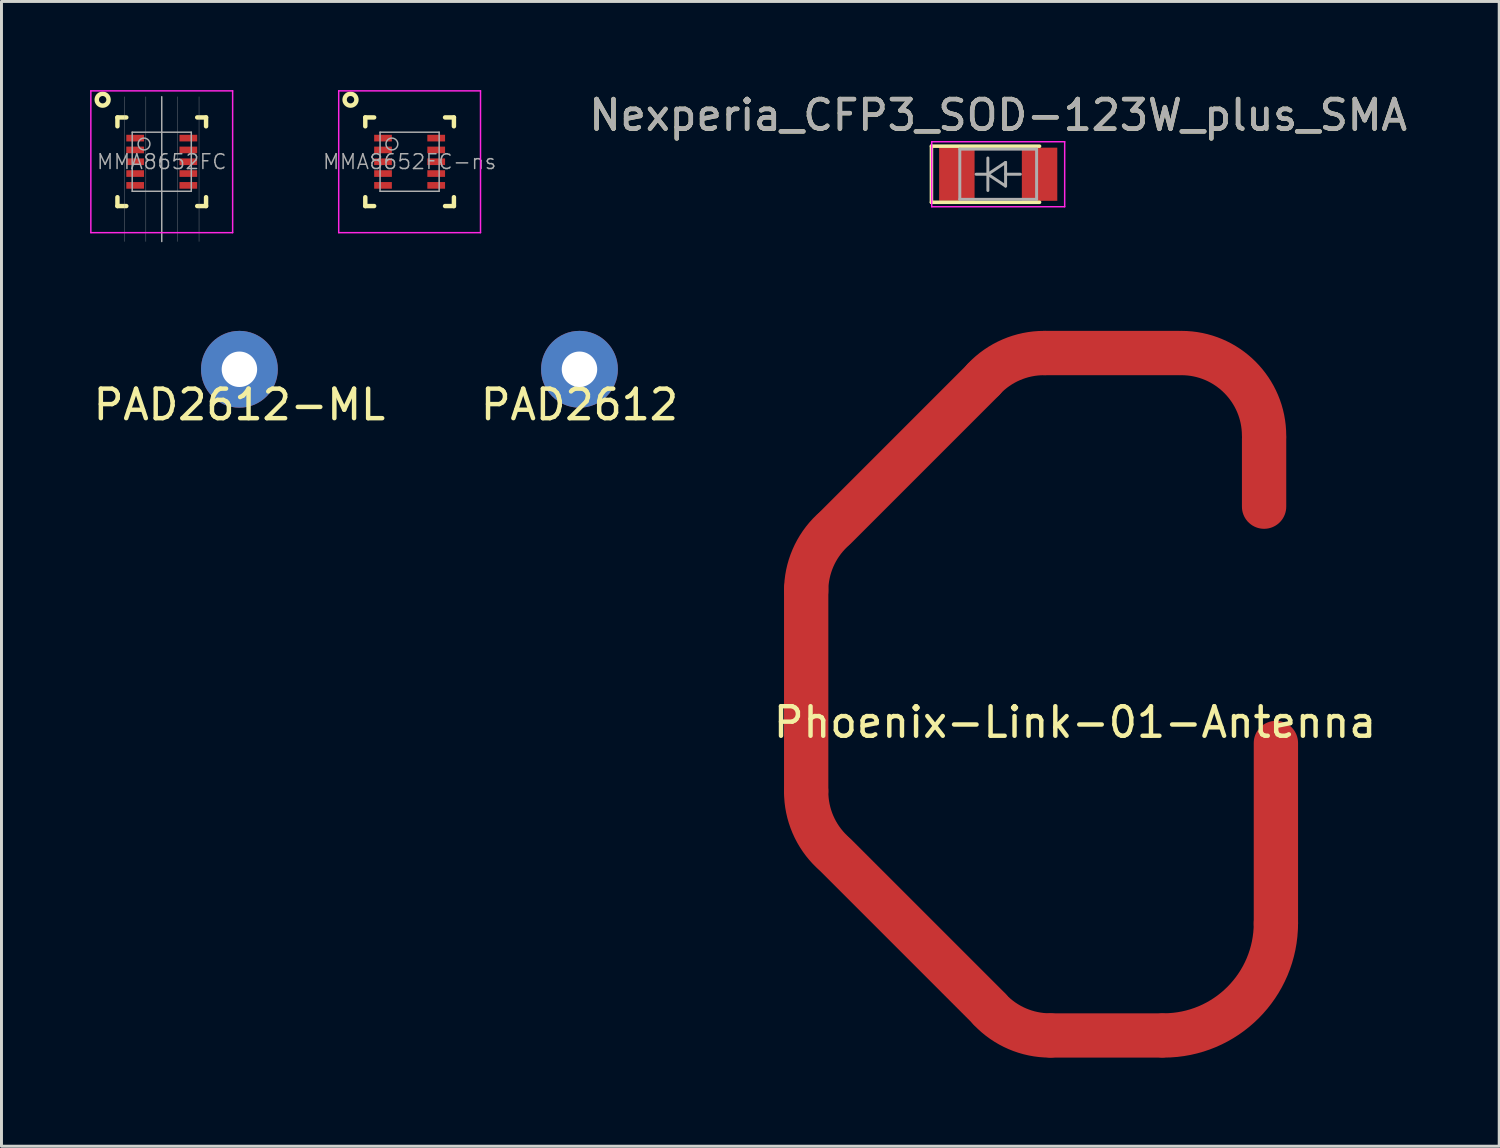
<source format=kicad_pcb>
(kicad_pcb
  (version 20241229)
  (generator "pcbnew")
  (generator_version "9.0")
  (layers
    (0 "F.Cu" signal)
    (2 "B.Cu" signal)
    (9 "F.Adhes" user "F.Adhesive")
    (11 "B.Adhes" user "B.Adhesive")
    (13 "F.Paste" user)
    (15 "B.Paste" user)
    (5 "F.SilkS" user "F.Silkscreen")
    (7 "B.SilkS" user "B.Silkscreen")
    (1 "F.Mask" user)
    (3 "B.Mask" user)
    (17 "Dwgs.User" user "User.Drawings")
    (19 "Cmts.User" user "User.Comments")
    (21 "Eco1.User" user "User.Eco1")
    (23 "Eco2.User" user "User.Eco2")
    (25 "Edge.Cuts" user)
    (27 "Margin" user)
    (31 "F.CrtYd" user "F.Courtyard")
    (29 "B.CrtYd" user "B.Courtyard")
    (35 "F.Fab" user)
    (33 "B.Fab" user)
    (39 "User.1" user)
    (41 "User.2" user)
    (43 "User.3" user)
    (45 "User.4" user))
  (footprint "PAD2612-ML"
    (layer "F.Cu")
    (at 5.054 9.45)
    (property "Reference" "PAD2612-ML" (at 0 1.2 0) (layer "F.SilkS") (effects (font (size 1 1) (thickness 0.15))))
    (pad "1" smd circle (at 0 0) (size 1.4 1.4) (layers "F.Cu" "F.Mask"))
    (pad "1" thru_hole circle (at 0 0) (size 2.6 2.6) (drill 1.2) (layers "*.Cu" "B.Mask")))
  (footprint "MMA8652FC-ns"
    (layer "F.Cu")
    (at 10.815 2.425)
    (property "Reference" "MMA8652FC-ns" (at 0 0 180) (layer "F.Fab") (effects (font (size 0.5 0.5) (thickness 0.05))))
    (attr smd)
    (fp_line (start -1.5 -1.5) (end -1.5 -1.2) (stroke (width 0.15) (type solid)) (layer "F.SilkS"))
    (fp_line (start -1.5 -1.5) (end -1.2 -1.5) (stroke (width 0.15) (type solid)) (layer "F.SilkS"))
    (fp_line (start -1.5 1.5) (end -1.5 1.2) (stroke (width 0.15) (type solid)) (layer "F.SilkS"))
    (fp_line (start -1.2 1.5) (end -1.5 1.5) (stroke (width 0.15) (type solid)) (layer "F.SilkS"))
    (fp_line (start 1.2 -1.5) (end 1.5 -1.5) (stroke (width 0.15) (type solid)) (layer "F.SilkS"))
    (fp_line (start 1.5 -1.5) (end 1.5 -1.2) (stroke (width 0.15) (type solid)) (layer "F.SilkS"))
    (fp_line (start 1.5 1.2) (end 1.5 1.5) (stroke (width 0.15) (type solid)) (layer "F.SilkS"))
    (fp_line (start 1.5 1.5) (end 1.2 1.5) (stroke (width 0.15) (type solid)) (layer "F.SilkS"))
    (fp_circle (center -2 -2.1) (end -2 -1.9) (stroke (width 0.15) (type solid)) (fill no) (layer "F.SilkS"))
    (fp_line (start -2.4 -2.4) (end 2.4 -2.4) (stroke (width 0.05) (type solid)) (layer "F.CrtYd"))
    (fp_line (start -2.4 2.4) (end -2.4 -2.4) (stroke (width 0.05) (type solid)) (layer "F.CrtYd"))
    (fp_line (start 2.4 -2.4) (end 2.4 2.4) (stroke (width 0.05) (type solid)) (layer "F.CrtYd"))
    (fp_line (start 2.4 2.4) (end -2.4 2.4) (stroke (width 0.05) (type solid)) (layer "F.CrtYd"))
    (fp_line (start -1 -1) (end -1 1) (stroke (width 0.05) (type solid)) (layer "F.Fab"))
    (fp_line (start -1 -1) (end 1 -1) (stroke (width 0.05) (type solid)) (layer "F.Fab"))
    (fp_line (start -1 1) (end 1 1) (stroke (width 0.05) (type solid)) (layer "F.Fab"))
    (fp_line (start 1 -1) (end 1 1) (stroke (width 0.05) (type solid)) (layer "F.Fab"))
    (fp_circle (center -0.6 -0.6) (end -0.6 -0.4) (stroke (width 0.05) (type solid)) (fill no) (layer "F.Fab"))
    (pad "1" smd rect (at -0.9 -0.8) (size 0.6 0.225) (layers "F.Cu" "F.Mask" "F.Paste"))
    (pad "2" smd rect (at -0.9 -0.4) (size 0.6 0.225) (layers "F.Cu" "F.Mask" "F.Paste"))
    (pad "3" smd rect (at -0.9 0) (size 0.6 0.225) (layers "F.Cu" "F.Mask" "F.Paste"))
    (pad "4" smd rect (at -0.9 0.4) (size 0.6 0.225) (layers "F.Cu" "F.Mask" "F.Paste"))
    (pad "5" smd rect (at -0.9 0.8) (size 0.6 0.225) (layers "F.Cu" "F.Mask" "F.Paste"))
    (pad "6" smd rect (at 0.9 0.8) (size 0.6 0.225) (layers "F.Cu" "F.Mask" "F.Paste"))
    (pad "7" smd rect (at 0.9 0.4) (size 0.6 0.225) (layers "F.Cu" "F.Mask" "F.Paste"))
    (pad "8" smd rect (at 0.9 0) (size 0.6 0.225) (layers "F.Cu" "F.Mask" "F.Paste"))
    (pad "9" smd rect (at 0.9 -0.4) (size 0.6 0.225) (layers "F.Cu" "F.Mask" "F.Paste"))
    (pad "10" smd rect (at 0.9 -0.8) (size 0.6 0.225) (layers "F.Cu" "F.Mask" "F.Paste")))
  (footprint "PAD2612"
    (layer "F.Cu")
    (at 16.565 9.45)
    (property "Reference" "PAD2612" (at 0 1.2 0) (layer "F.SilkS") (effects (font (size 1 1) (thickness 0.15))))
    (attr through_hole)
    (pad "1" smd circle (at 0 0) (size 1.4 1.4) (layers "F.Cu" "F.Mask"))
    (pad "1" thru_hole circle (at 0 0) (size 2.6 2.6) (drill 1.2) (layers "*.Cu" "B.Mask")))
  (footprint "MMA8652FC"
    (layer "F.Cu")
    (at 2.425 2.425)
    (property "Reference" "MMA8652FC" (at 0 0 180) (layer "F.Fab") (effects (font (size 0.5 0.5) (thickness 0.05))))
    (attr smd)
    (fp_line (start -1.5 -1.5) (end -1.5 -1.2) (stroke (width 0.15) (type solid)) (layer "F.SilkS"))
    (fp_line (start -1.5 -1.5) (end -1.2 -1.5) (stroke (width 0.15) (type solid)) (layer "F.SilkS"))
    (fp_line (start -1.5 1.5) (end -1.5 1.2) (stroke (width 0.15) (type solid)) (layer "F.SilkS"))
    (fp_line (start -1.2 1.5) (end -1.5 1.5) (stroke (width 0.15) (type solid)) (layer "F.SilkS"))
    (fp_line (start 1.2 -1.5) (end 1.5 -1.5) (stroke (width 0.15) (type solid)) (layer "F.SilkS"))
    (fp_line (start 1.5 -1.5) (end 1.5 -1.2) (stroke (width 0.15) (type solid)) (layer "F.SilkS"))
    (fp_line (start 1.5 1.2) (end 1.5 1.5) (stroke (width 0.15) (type solid)) (layer "F.SilkS"))
    (fp_line (start 1.5 1.5) (end 1.2 1.5) (stroke (width 0.15) (type solid)) (layer "F.SilkS"))
    (fp_circle (center -2 -2.1) (end -2 -1.9) (stroke (width 0.15) (type solid)) (fill no) (layer "F.SilkS"))
    (fp_line (start -2.4 -2.4) (end 2.4 -2.4) (stroke (width 0.05) (type solid)) (layer "F.CrtYd"))
    (fp_line (start -2.4 2.4) (end -2.4 -2.4) (stroke (width 0.05) (type solid)) (layer "F.CrtYd"))
    (fp_line (start 2.4 -2.4) (end 2.4 2.4) (stroke (width 0.05) (type solid)) (layer "F.CrtYd"))
    (fp_line (start 2.4 2.4) (end -2.4 2.4) (stroke (width 0.05) (type solid)) (layer "F.CrtYd"))
    (fp_line (start -1.262 -2.2) (end -1.262 2.7) (stroke (width 0.01) (type solid)) (layer "F.Fab"))
    (fp_line (start -1 -1) (end -1 1) (stroke (width 0.05) (type solid)) (layer "F.Fab"))
    (fp_line (start -1 -1) (end 1 -1) (stroke (width 0.05) (type solid)) (layer "F.Fab"))
    (fp_line (start -1 1) (end 1 1) (stroke (width 0.05) (type solid)) (layer "F.Fab"))
    (fp_line (start -0.537 -2.2) (end -0.537 2.7) (stroke (width 0.01) (type solid)) (layer "F.Fab"))
    (fp_line (start 0 -2.2) (end 0 2.7) (stroke (width 0.05) (type solid)) (layer "F.Fab"))
    (fp_line (start 0.537 -2.2) (end 0.537 2.7) (stroke (width 0.01) (type solid)) (layer "F.Fab"))
    (fp_line (start 1 -1) (end 1 1) (stroke (width 0.05) (type solid)) (layer "F.Fab"))
    (fp_line (start 1.262 -2.2) (end 1.262 2.7) (stroke (width 0.01) (type solid)) (layer "F.Fab"))
    (fp_circle (center -0.6 -0.6) (end -0.6 -0.4) (stroke (width 0.05) (type solid)) (fill no) (layer "F.Fab"))
    (pad "" smd rect (at -0.9 0) (size 0.725 1.95) (layers "F.Mask"))
    (pad "" smd rect (at 0.9 0) (size 0.725 1.95) (layers "F.Mask"))
    (pad "1" smd rect (at -0.9 -0.8) (size 0.6 0.225) (layers "F.Cu" "F.Paste"))
    (pad "2" smd rect (at -0.9 -0.4) (size 0.6 0.225) (layers "F.Cu" "F.Paste"))
    (pad "3" smd rect (at -0.9 0) (size 0.6 0.225) (layers "F.Cu" "F.Paste"))
    (pad "4" smd rect (at -0.9 0.4) (size 0.6 0.225) (layers "F.Cu" "F.Paste"))
    (pad "5" smd rect (at -0.9 0.8) (size 0.6 0.225) (layers "F.Cu" "F.Paste"))
    (pad "6" smd rect (at 0.9 0.8) (size 0.6 0.225) (layers "F.Cu" "F.Paste"))
    (pad "7" smd rect (at 0.9 0.4) (size 0.6 0.225) (layers "F.Cu" "F.Paste"))
    (pad "8" smd rect (at 0.9 0) (size 0.6 0.225) (layers "F.Cu" "F.Paste"))
    (pad "9" smd rect (at 0.9 -0.4) (size 0.6 0.225) (layers "F.Cu" "F.Paste"))
    (pad "10" smd rect (at 0.9 -0.8) (size 0.6 0.225) (layers "F.Cu" "F.Paste")))
  (footprint "Nexperia_CFP3_SOD-123W_plus_SMA"
    (layer "F.Cu")
    (at 30.739 2.848)
    (property "Reference" "Nexperia_CFP3_SOD-123W_plus_SMA" (at 0 -2 0) (layer "F.SilkS") (effects (font (size 1 1) (thickness 0.15))))
    (attr smd)
    (fp_line (start -2.26 -0.95) (end -2.26 0.95) (stroke (width 0.12) (type solid)) (layer "F.SilkS"))
    (fp_line (start -2.26 -0.95) (end 1.4 -0.95) (stroke (width 0.12) (type solid)) (layer "F.SilkS"))
    (fp_line (start -2.26 0.95) (end 1.4 0.95) (stroke (width 0.12) (type solid)) (layer "F.SilkS"))
    (fp_line (start -2.25 -1.1) (end -2.25 1.1) (stroke (width 0.05) (type solid)) (layer "F.CrtYd"))
    (fp_line (start -2.25 -1.1) (end 2.25 -1.1) (stroke (width 0.05) (type solid)) (layer "F.CrtYd"))
    (fp_line (start 2.25 -1.1) (end 2.25 1.1) (stroke (width 0.05) (type solid)) (layer "F.CrtYd"))
    (fp_line (start 2.25 1.1) (end -2.25 1.1) (stroke (width 0.05) (type solid)) (layer "F.CrtYd"))
    (fp_line (start -1.3 -0.85) (end 1.3 -0.85) (stroke (width 0.1) (type solid)) (layer "F.Fab"))
    (fp_line (start -1.3 0.85) (end -1.3 -0.85) (stroke (width 0.1) (type solid)) (layer "F.Fab"))
    (fp_line (start -0.75 0) (end -0.35 0) (stroke (width 0.1) (type solid)) (layer "F.Fab"))
    (fp_line (start -0.35 -0.55) (end -0.35 0.55) (stroke (width 0.1) (type solid)) (layer "F.Fab"))
    (fp_line (start -0.35 0) (end 0.25 -0.4) (stroke (width 0.1) (type solid)) (layer "F.Fab"))
    (fp_line (start -0.35 0) (end 0.25 0.4) (stroke (width 0.1) (type solid)) (layer "F.Fab"))
    (fp_line (start 0.25 -0.4) (end 0.25 0.4) (stroke (width 0.1) (type solid)) (layer "F.Fab"))
    (fp_line (start 0.75 0) (end 0.25 0) (stroke (width 0.1) (type solid)) (layer "F.Fab"))
    (fp_line (start 1.3 -0.85) (end 1.3 0.85) (stroke (width 0.1) (type solid)) (layer "F.Fab"))
    (fp_line (start 1.3 0.85) (end -1.3 0.85) (stroke (width 0.1) (type solid)) (layer "F.Fab"))
    (fp_text user "${REFERENCE}" (at 0 -2 0) (layer "F.Fab") (effects (font (size 1 1) (thickness 0.15))))
    (pad "1" smd rect (at -1.4 0) (size 1.2 1.8) (layers "F.Cu" "F.Mask" "F.Paste"))
    (pad "2" smd rect (at 1.4 0) (size 1.2 1.8) (layers "F.Cu" "F.Mask" "F.Paste")))
  (footprint "Phoenix-Link-01-Antenna"
    (layer "F.Cu")
    (at 33.339 20.9)
    (property "Reference" "Phoenix-Link-01-Antenna" (at 0 0.5 0) (layer "F.SilkS") (effects (font (size 1 1) (thickness 0.15))))
    (attr through_hole)
    (fp_line (start -9.1 -4) (end -9.1 2.8) (stroke (width 1.5) (type solid)) (layer "F.Cu"))
    (fp_line (start -3.1 -11.1) (end -8.1 -6.1) (stroke (width 1.5) (type solid)) (layer "F.Cu"))
    (fp_line (start -2.9 10.2) (end -8.1 5) (stroke (width 1.5) (type solid)) (layer "F.Cu"))
    (fp_line (start -0.8 11.1) (end 2.9 11.1) (stroke (width 1.5) (type solid)) (layer "F.Cu"))
    (fp_line (start 3.5 -12) (end -1 -12) (stroke (width 1.5) (type solid)) (layer "F.Cu"))
    (fp_line (start 6.4 -9.1) (end 6.4 -6.8) (stroke (width 1.5) (type solid)) (layer "F.Cu"))
    (fp_line (start 6.8 7.3) (end 6.8 1.2) (stroke (width 1.5) (type solid)) (layer "F.Cu"))
    (fp_arc (start -9.1 -3.95) (mid -8.872615 -5.055283) (end -8.227393 -5.981048) (stroke (width 1.5) (type solid)) (layer "F.Cu"))
    (fp_arc (start -8.227393 4.881048) (mid -8.872615 3.955283) (end -9.1 2.85) (stroke (width 1.5) (type solid)) (layer "F.Cu"))
    (fp_arc (start -3.081048 -11.127393) (mid -2.155283 -11.772615) (end -1.05 -12) (stroke (width 1.5) (type solid)) (layer "F.Cu"))
    (fp_arc (start -0.85 11.1) (mid -1.955283 10.872615) (end -2.881048 10.227393) (stroke (width 1.5) (type solid)) (layer "F.Cu"))
    (fp_arc (start 3.6 -12) (mid 5.579899 -11.179899) (end 6.4 -9.2) (stroke (width 1.5) (type solid)) (layer "F.Cu"))
    (fp_arc (start 6.8 7.3) (mid 5.687006 9.987006) (end 3 11.1) (stroke (width 1.5) (type solid)) (layer "F.Cu")))
  (gr_rect
    (start -3 -3)
    (end 47.698 35.75)
    (stroke (width 0.1) (type default))
    (fill no)
    (layer "Edge.Cuts")))
</source>
